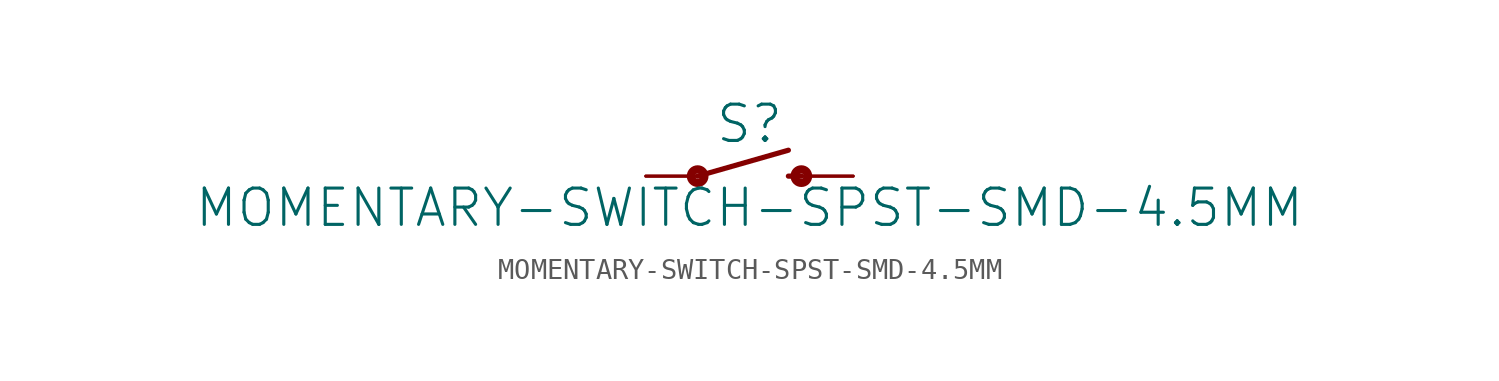
<source format=kicad_sym>
(kicad_symbol_lib
  (version 20211014)
  (generator kicad_symbol_editor)
  (symbol "MOMENTARY-SWITCH-SPST-SMD-4.5MM"
    (property "Reference" "S"
      (at 0 1.524 0)
      (effects (font (size 1.778 1.778)) (justify bottom)))
    (property "Value" "MOMENTARY-SWITCH-SPST-SMD-4.5MM"
      (at 0 -0.508 0)
      (effects (font (size 1.778 1.778)) (justify top)))
    (property "ki_locked" ""
      (at 0 0 0)
      (effects (font (size 1.27 1.27))))
    (symbol "MOMENTARY-SWITCH-SPST-SMD-4.5MM_1_0"
      (circle (center -2.54 0) (radius 0.127) (stroke (width 0.406) (type default) (color 0 0 0 0)) (fill (type none)))
      (polyline (pts (xy -2.54 0) (xy 1.905 1.27)) (stroke (width 0.254) (type default) (color 0 0 0 0)) (fill (type none)))
      (polyline (pts (xy 1.905 0) (xy 2.54 0)) (stroke (width 0.254) (type default) (color 0 0 0 0)) (fill (type none)))
      (circle (center 2.54 0) (radius 0.127) (stroke (width 0.406) (type default) (color 0 0 0 0)) (fill (type none)))
      (pin passive line (at 5.08 0 180) (length 2.54) (name "2" (effects (font (size 0 0)))) (number "1" (effects (font (size 0 0)))))
      (pin passive line (at -5.08 0 0) (length 2.54) (name "1" (effects (font (size 0 0)))) (number "2" (effects (font (size 0 0)))))
      (pin passive line (at -5.08 0 0) (length 2.54) (name "1" (effects (font (size 0 0)))) (number "3" (effects (font (size 0 0)))))
      (pin passive line (at 5.08 0 180) (length 2.54) (name "2" (effects (font (size 0 0)))) (number "4" (effects (font (size 0 0))))))))
</source>
